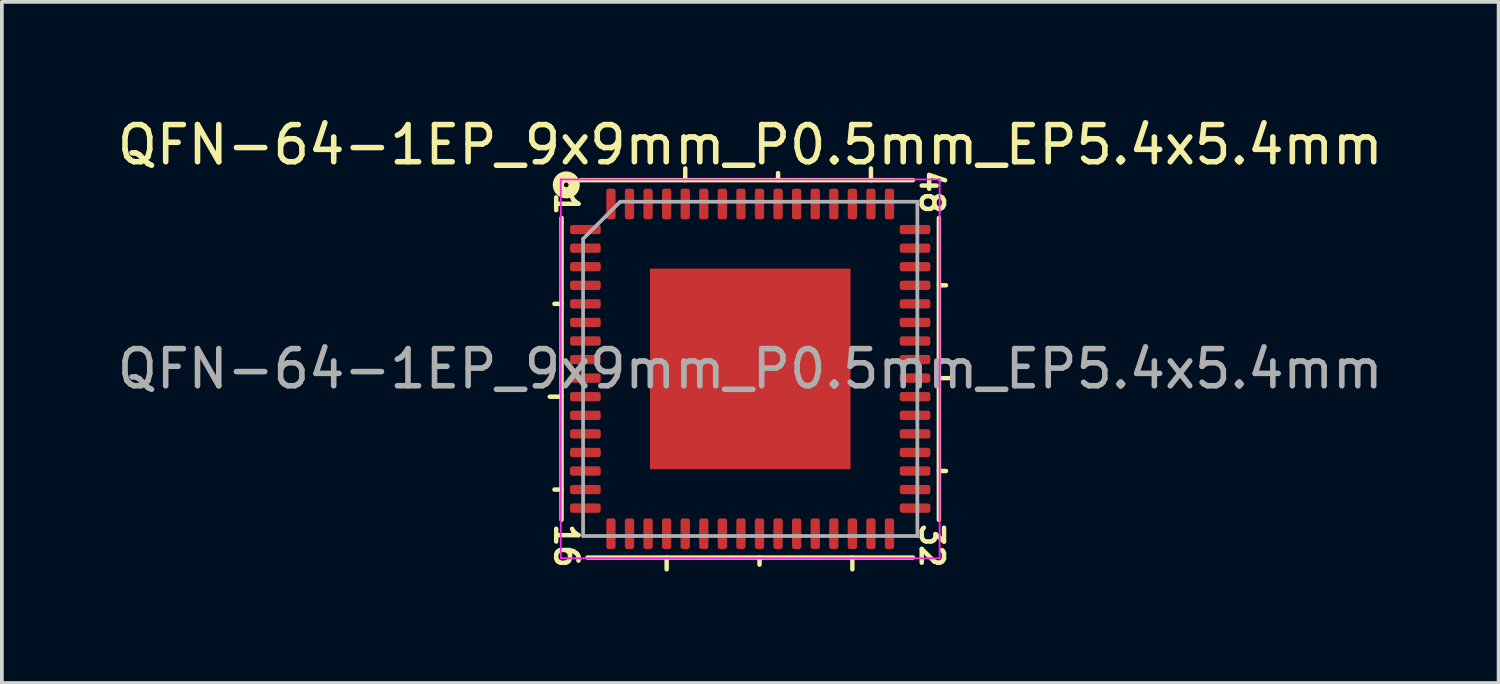
<source format=kicad_pcb>
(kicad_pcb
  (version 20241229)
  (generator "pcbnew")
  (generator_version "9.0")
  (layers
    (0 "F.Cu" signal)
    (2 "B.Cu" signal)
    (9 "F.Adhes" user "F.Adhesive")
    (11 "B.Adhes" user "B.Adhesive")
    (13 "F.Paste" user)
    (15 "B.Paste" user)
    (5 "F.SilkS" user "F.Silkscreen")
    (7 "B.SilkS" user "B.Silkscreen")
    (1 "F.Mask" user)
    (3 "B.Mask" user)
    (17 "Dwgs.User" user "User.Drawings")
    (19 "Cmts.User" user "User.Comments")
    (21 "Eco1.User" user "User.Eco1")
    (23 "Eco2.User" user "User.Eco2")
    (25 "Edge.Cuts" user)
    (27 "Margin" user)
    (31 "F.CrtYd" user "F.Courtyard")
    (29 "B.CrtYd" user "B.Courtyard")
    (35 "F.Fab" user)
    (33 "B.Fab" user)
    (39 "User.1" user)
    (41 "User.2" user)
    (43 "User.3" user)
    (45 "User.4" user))
  (footprint "QFN-64-1EP_9x9mm_P0.5mm_EP5.4x5.4mm"
    (layer "F.Cu")
    (at 17.149 6.881)
    (property "Reference" "QFN-64-1EP_9x9mm_P0.5mm_EP5.4x5.4mm" (at 0 -6.032 0) (layer "F.SilkS") (effects (font (size 1 1) (thickness 0.15))))
    (attr smd)
    (fp_line (start -5.08 -4.064) (end -5.08 4.064) (stroke (width 0.12) (type solid)) (layer "F.SilkS"))
    (fp_line (start -5.08 -1.75) (end -5.271 -1.75) (stroke (width 0.12) (type solid)) (layer "F.SilkS"))
    (fp_line (start -5.08 0.75) (end -5.397 0.75) (stroke (width 0.12) (type solid)) (layer "F.SilkS"))
    (fp_line (start -5.08 3.25) (end -5.271 3.25) (stroke (width 0.12) (type solid)) (layer "F.SilkS"))
    (fp_line (start -4.381 5.08) (end 4.381 5.08) (stroke (width 0.12) (type solid)) (layer "F.SilkS"))
    (fp_line (start -2.25 5.08) (end -2.25 5.397) (stroke (width 0.12) (type solid)) (layer "F.SilkS"))
    (fp_line (start -1.75 -5.08) (end -1.75 -5.397) (stroke (width 0.12) (type solid)) (layer "F.SilkS"))
    (fp_line (start 0.25 5.08) (end 0.25 5.271) (stroke (width 0.12) (type solid)) (layer "F.SilkS"))
    (fp_line (start 0.75 -5.08) (end 0.75 -5.271) (stroke (width 0.12) (type solid)) (layer "F.SilkS"))
    (fp_line (start 2.75 5.08) (end 2.75 5.397) (stroke (width 0.12) (type solid)) (layer "F.SilkS"))
    (fp_line (start 3.25 -5.08) (end 3.25 -5.397) (stroke (width 0.12) (type solid)) (layer "F.SilkS"))
    (fp_line (start 4.381 -5.08) (end -4.572 -5.08) (stroke (width 0.12) (type solid)) (layer "F.SilkS"))
    (fp_line (start 5.08 -2.25) (end 5.271 -2.25) (stroke (width 0.12) (type solid)) (layer "F.SilkS"))
    (fp_line (start 5.08 0.25) (end 5.397 0.25) (stroke (width 0.12) (type solid)) (layer "F.SilkS"))
    (fp_line (start 5.08 2.75) (end 5.271 2.75) (stroke (width 0.12) (type solid)) (layer "F.SilkS"))
    (fp_line (start 5.08 4.064) (end 5.08 -4.064) (stroke (width 0.12) (type solid)) (layer "F.SilkS"))
    (fp_circle (center -4.953 -4.953) (end -4.889 -4.953) (stroke (width 0.3) (type solid)) (fill no) (layer "F.SilkS"))
    (fp_line (start -5.1 -5.1) (end -5.1 5.1) (stroke (width 0.05) (type solid)) (layer "F.CrtYd"))
    (fp_line (start -5.1 5.1) (end 5.1 5.1) (stroke (width 0.05) (type solid)) (layer "F.CrtYd"))
    (fp_line (start 5.1 -5.1) (end -5.1 -5.1) (stroke (width 0.05) (type solid)) (layer "F.CrtYd"))
    (fp_line (start 5.1 5.1) (end 5.1 -5.1) (stroke (width 0.05) (type solid)) (layer "F.CrtYd"))
    (fp_line (start -4.5 -3.5) (end -3.5 -4.5) (stroke (width 0.1) (type solid)) (layer "F.Fab"))
    (fp_line (start -4.5 4.5) (end -4.5 -3.5) (stroke (width 0.1) (type solid)) (layer "F.Fab"))
    (fp_line (start -3.5 -4.5) (end 4.5 -4.5) (stroke (width 0.1) (type solid)) (layer "F.Fab"))
    (fp_line (start 4.5 -4.5) (end 4.5 4.5) (stroke (width 0.1) (type solid)) (layer "F.Fab"))
    (fp_line (start 4.5 4.5) (end -4.5 4.5) (stroke (width 0.1) (type solid)) (layer "F.Fab"))
    (fp_text user "1" (at -4.953 -4.445 270) (unlocked yes) (layer "F.SilkS") (effects (font (size 0.6 0.6) (thickness 0.12))))
    (fp_text user "32" (at 4.889 4.763 270) (unlocked yes) (layer "F.SilkS") (effects (font (size 0.6 0.6) (thickness 0.12))))
    (fp_text user "16" (at -4.953 4.763 270) (unlocked yes) (layer "F.SilkS") (effects (font (size 0.6 0.6) (thickness 0.12))))
    (fp_text user "48" (at 4.889 -4.763 270) (unlocked yes) (layer "F.SilkS") (effects (font (size 0.6 0.6) (thickness 0.12))))
    (fp_text user "${REFERENCE}" (at 0 0 0) (layer "F.Fab") (effects (font (size 1 1) (thickness 0.15))))
    (pad "" smd roundrect (at -2.025 -2.025) (size 1.09 1.09) (layers "F.Paste") (roundrect_rratio 0.229))
    (pad "" smd roundrect (at -2.025 -0.675) (size 1.09 1.09) (layers "F.Paste") (roundrect_rratio 0.229))
    (pad "" smd roundrect (at -2.025 0.675) (size 1.09 1.09) (layers "F.Paste") (roundrect_rratio 0.229))
    (pad "" smd roundrect (at -2.025 2.025) (size 1.09 1.09) (layers "F.Paste") (roundrect_rratio 0.229))
    (pad "" smd roundrect (at -0.675 -2.025) (size 1.09 1.09) (layers "F.Paste") (roundrect_rratio 0.229))
    (pad "" smd roundrect (at -0.675 -0.675) (size 1.09 1.09) (layers "F.Paste") (roundrect_rratio 0.229))
    (pad "" smd roundrect (at -0.675 0.675) (size 1.09 1.09) (layers "F.Paste") (roundrect_rratio 0.229))
    (pad "" smd roundrect (at -0.675 2.025) (size 1.09 1.09) (layers "F.Paste") (roundrect_rratio 0.229))
    (pad "" smd roundrect (at 0.675 -2.025) (size 1.09 1.09) (layers "F.Paste") (roundrect_rratio 0.229))
    (pad "" smd roundrect (at 0.675 -0.675) (size 1.09 1.09) (layers "F.Paste") (roundrect_rratio 0.229))
    (pad "" smd roundrect (at 0.675 0.675) (size 1.09 1.09) (layers "F.Paste") (roundrect_rratio 0.229))
    (pad "" smd roundrect (at 0.675 2.025) (size 1.09 1.09) (layers "F.Paste") (roundrect_rratio 0.229))
    (pad "" smd roundrect (at 2.025 -2.025) (size 1.09 1.09) (layers "F.Paste") (roundrect_rratio 0.229))
    (pad "" smd roundrect (at 2.025 -0.675) (size 1.09 1.09) (layers "F.Paste") (roundrect_rratio 0.229))
    (pad "" smd roundrect (at 2.025 0.675) (size 1.09 1.09) (layers "F.Paste") (roundrect_rratio 0.229))
    (pad "" smd roundrect (at 2.025 2.025) (size 1.09 1.09) (layers "F.Paste") (roundrect_rratio 0.229))
    (pad "1" smd roundrect (at -4.438 -3.75) (size 0.825 0.25) (layers "F.Cu" "F.Mask" "F.Paste") (roundrect_rratio 0.25))
    (pad "2" smd roundrect (at -4.438 -3.25) (size 0.825 0.25) (layers "F.Cu" "F.Mask" "F.Paste") (roundrect_rratio 0.25))
    (pad "3" smd roundrect (at -4.438 -2.75) (size 0.825 0.25) (layers "F.Cu" "F.Mask" "F.Paste") (roundrect_rratio 0.25))
    (pad "4" smd roundrect (at -4.438 -2.25) (size 0.825 0.25) (layers "F.Cu" "F.Mask" "F.Paste") (roundrect_rratio 0.25))
    (pad "5" smd roundrect (at -4.438 -1.75) (size 0.825 0.25) (layers "F.Cu" "F.Mask" "F.Paste") (roundrect_rratio 0.25))
    (pad "6" smd roundrect (at -4.438 -1.25) (size 0.825 0.25) (layers "F.Cu" "F.Mask" "F.Paste") (roundrect_rratio 0.25))
    (pad "7" smd roundrect (at -4.438 -0.75) (size 0.825 0.25) (layers "F.Cu" "F.Mask" "F.Paste") (roundrect_rratio 0.25))
    (pad "8" smd roundrect (at -4.438 -0.25) (size 0.825 0.25) (layers "F.Cu" "F.Mask" "F.Paste") (roundrect_rratio 0.25))
    (pad "9" smd roundrect (at -4.438 0.25) (size 0.825 0.25) (layers "F.Cu" "F.Mask" "F.Paste") (roundrect_rratio 0.25))
    (pad "10" smd roundrect (at -4.438 0.75) (size 0.825 0.25) (layers "F.Cu" "F.Mask" "F.Paste") (roundrect_rratio 0.25))
    (pad "11" smd roundrect (at -4.438 1.25) (size 0.825 0.25) (layers "F.Cu" "F.Mask" "F.Paste") (roundrect_rratio 0.25))
    (pad "12" smd roundrect (at -4.438 1.75) (size 0.825 0.25) (layers "F.Cu" "F.Mask" "F.Paste") (roundrect_rratio 0.25))
    (pad "13" smd roundrect (at -4.438 2.25) (size 0.825 0.25) (layers "F.Cu" "F.Mask" "F.Paste") (roundrect_rratio 0.25))
    (pad "14" smd roundrect (at -4.438 2.75) (size 0.825 0.25) (layers "F.Cu" "F.Mask" "F.Paste") (roundrect_rratio 0.25))
    (pad "15" smd roundrect (at -4.438 3.25) (size 0.825 0.25) (layers "F.Cu" "F.Mask" "F.Paste") (roundrect_rratio 0.25))
    (pad "16" smd roundrect (at -4.438 3.75) (size 0.825 0.25) (layers "F.Cu" "F.Mask" "F.Paste") (roundrect_rratio 0.25))
    (pad "17" smd roundrect (at -3.75 4.438) (size 0.25 0.825) (layers "F.Cu" "F.Mask" "F.Paste") (roundrect_rratio 0.25))
    (pad "18" smd roundrect (at -3.25 4.438) (size 0.25 0.825) (layers "F.Cu" "F.Mask" "F.Paste") (roundrect_rratio 0.25))
    (pad "19" smd roundrect (at -2.75 4.438) (size 0.25 0.825) (layers "F.Cu" "F.Mask" "F.Paste") (roundrect_rratio 0.25))
    (pad "20" smd roundrect (at -2.25 4.438) (size 0.25 0.825) (layers "F.Cu" "F.Mask" "F.Paste") (roundrect_rratio 0.25))
    (pad "21" smd roundrect (at -1.75 4.438) (size 0.25 0.825) (layers "F.Cu" "F.Mask" "F.Paste") (roundrect_rratio 0.25))
    (pad "22" smd roundrect (at -1.25 4.438) (size 0.25 0.825) (layers "F.Cu" "F.Mask" "F.Paste") (roundrect_rratio 0.25))
    (pad "23" smd roundrect (at -0.75 4.438) (size 0.25 0.825) (layers "F.Cu" "F.Mask" "F.Paste") (roundrect_rratio 0.25))
    (pad "24" smd roundrect (at -0.25 4.438) (size 0.25 0.825) (layers "F.Cu" "F.Mask" "F.Paste") (roundrect_rratio 0.25))
    (pad "25" smd roundrect (at 0.25 4.438) (size 0.25 0.825) (layers "F.Cu" "F.Mask" "F.Paste") (roundrect_rratio 0.25))
    (pad "26" smd roundrect (at 0.75 4.438) (size 0.25 0.825) (layers "F.Cu" "F.Mask" "F.Paste") (roundrect_rratio 0.25))
    (pad "27" smd roundrect (at 1.25 4.438) (size 0.25 0.825) (layers "F.Cu" "F.Mask" "F.Paste") (roundrect_rratio 0.25))
    (pad "28" smd roundrect (at 1.75 4.438) (size 0.25 0.825) (layers "F.Cu" "F.Mask" "F.Paste") (roundrect_rratio 0.25))
    (pad "29" smd roundrect (at 2.25 4.438) (size 0.25 0.825) (layers "F.Cu" "F.Mask" "F.Paste") (roundrect_rratio 0.25))
    (pad "30" smd roundrect (at 2.75 4.438) (size 0.25 0.825) (layers "F.Cu" "F.Mask" "F.Paste") (roundrect_rratio 0.25))
    (pad "31" smd roundrect (at 3.25 4.438) (size 0.25 0.825) (layers "F.Cu" "F.Mask" "F.Paste") (roundrect_rratio 0.25))
    (pad "32" smd roundrect (at 3.75 4.438) (size 0.25 0.825) (layers "F.Cu" "F.Mask" "F.Paste") (roundrect_rratio 0.25))
    (pad "33" smd roundrect (at 4.438 3.75) (size 0.825 0.25) (layers "F.Cu" "F.Mask" "F.Paste") (roundrect_rratio 0.25))
    (pad "34" smd roundrect (at 4.438 3.25) (size 0.825 0.25) (layers "F.Cu" "F.Mask" "F.Paste") (roundrect_rratio 0.25))
    (pad "35" smd roundrect (at 4.438 2.75) (size 0.825 0.25) (layers "F.Cu" "F.Mask" "F.Paste") (roundrect_rratio 0.25))
    (pad "36" smd roundrect (at 4.438 2.25) (size 0.825 0.25) (layers "F.Cu" "F.Mask" "F.Paste") (roundrect_rratio 0.25))
    (pad "37" smd roundrect (at 4.438 1.75) (size 0.825 0.25) (layers "F.Cu" "F.Mask" "F.Paste") (roundrect_rratio 0.25))
    (pad "38" smd roundrect (at 4.438 1.25) (size 0.825 0.25) (layers "F.Cu" "F.Mask" "F.Paste") (roundrect_rratio 0.25))
    (pad "39" smd roundrect (at 4.438 0.75) (size 0.825 0.25) (layers "F.Cu" "F.Mask" "F.Paste") (roundrect_rratio 0.25))
    (pad "40" smd roundrect (at 4.438 0.25) (size 0.825 0.25) (layers "F.Cu" "F.Mask" "F.Paste") (roundrect_rratio 0.25))
    (pad "41" smd roundrect (at 4.438 -0.25) (size 0.825 0.25) (layers "F.Cu" "F.Mask" "F.Paste") (roundrect_rratio 0.25))
    (pad "42" smd roundrect (at 4.438 -0.75) (size 0.825 0.25) (layers "F.Cu" "F.Mask" "F.Paste") (roundrect_rratio 0.25))
    (pad "43" smd roundrect (at 4.438 -1.25) (size 0.825 0.25) (layers "F.Cu" "F.Mask" "F.Paste") (roundrect_rratio 0.25))
    (pad "44" smd roundrect (at 4.438 -1.75) (size 0.825 0.25) (layers "F.Cu" "F.Mask" "F.Paste") (roundrect_rratio 0.25))
    (pad "45" smd roundrect (at 4.438 -2.25) (size 0.825 0.25) (layers "F.Cu" "F.Mask" "F.Paste") (roundrect_rratio 0.25))
    (pad "46" smd roundrect (at 4.438 -2.75) (size 0.825 0.25) (layers "F.Cu" "F.Mask" "F.Paste") (roundrect_rratio 0.25))
    (pad "47" smd roundrect (at 4.438 -3.25) (size 0.825 0.25) (layers "F.Cu" "F.Mask" "F.Paste") (roundrect_rratio 0.25))
    (pad "48" smd roundrect (at 4.438 -3.75) (size 0.825 0.25) (layers "F.Cu" "F.Mask" "F.Paste") (roundrect_rratio 0.25))
    (pad "49" smd roundrect (at 3.75 -4.438) (size 0.25 0.825) (layers "F.Cu" "F.Mask" "F.Paste") (roundrect_rratio 0.25))
    (pad "50" smd roundrect (at 3.25 -4.438) (size 0.25 0.825) (layers "F.Cu" "F.Mask" "F.Paste") (roundrect_rratio 0.25))
    (pad "51" smd roundrect (at 2.75 -4.438) (size 0.25 0.825) (layers "F.Cu" "F.Mask" "F.Paste") (roundrect_rratio 0.25))
    (pad "52" smd roundrect (at 2.25 -4.438) (size 0.25 0.825) (layers "F.Cu" "F.Mask" "F.Paste") (roundrect_rratio 0.25))
    (pad "53" smd roundrect (at 1.75 -4.438) (size 0.25 0.825) (layers "F.Cu" "F.Mask" "F.Paste") (roundrect_rratio 0.25))
    (pad "54" smd roundrect (at 1.25 -4.438) (size 0.25 0.825) (layers "F.Cu" "F.Mask" "F.Paste") (roundrect_rratio 0.25))
    (pad "55" smd roundrect (at 0.75 -4.438) (size 0.25 0.825) (layers "F.Cu" "F.Mask" "F.Paste") (roundrect_rratio 0.25))
    (pad "56" smd roundrect (at 0.25 -4.438) (size 0.25 0.825) (layers "F.Cu" "F.Mask" "F.Paste") (roundrect_rratio 0.25))
    (pad "57" smd roundrect (at -0.25 -4.438) (size 0.25 0.825) (layers "F.Cu" "F.Mask" "F.Paste") (roundrect_rratio 0.25))
    (pad "58" smd roundrect (at -0.75 -4.438) (size 0.25 0.825) (layers "F.Cu" "F.Mask" "F.Paste") (roundrect_rratio 0.25))
    (pad "59" smd roundrect (at -1.25 -4.438) (size 0.25 0.825) (layers "F.Cu" "F.Mask" "F.Paste") (roundrect_rratio 0.25))
    (pad "60" smd roundrect (at -1.75 -4.438) (size 0.25 0.825) (layers "F.Cu" "F.Mask" "F.Paste") (roundrect_rratio 0.25))
    (pad "61" smd roundrect (at -2.25 -4.438) (size 0.25 0.825) (layers "F.Cu" "F.Mask" "F.Paste") (roundrect_rratio 0.25))
    (pad "62" smd roundrect (at -2.75 -4.438) (size 0.25 0.825) (layers "F.Cu" "F.Mask" "F.Paste") (roundrect_rratio 0.25))
    (pad "63" smd roundrect (at -3.25 -4.438) (size 0.25 0.825) (layers "F.Cu" "F.Mask" "F.Paste") (roundrect_rratio 0.25))
    (pad "64" smd roundrect (at -3.75 -4.438) (size 0.25 0.825) (layers "F.Cu" "F.Mask" "F.Paste") (roundrect_rratio 0.25))
    (pad "65" smd rect (at 0 0) (size 5.4 5.4) (layers "F.Cu" "F.Mask")))
  (gr_rect
    (start -3 -3)
    (end 37.298 15.338)
    (stroke (width 0.1) (type default))
    (fill no)
    (layer "Edge.Cuts")))
</source>
